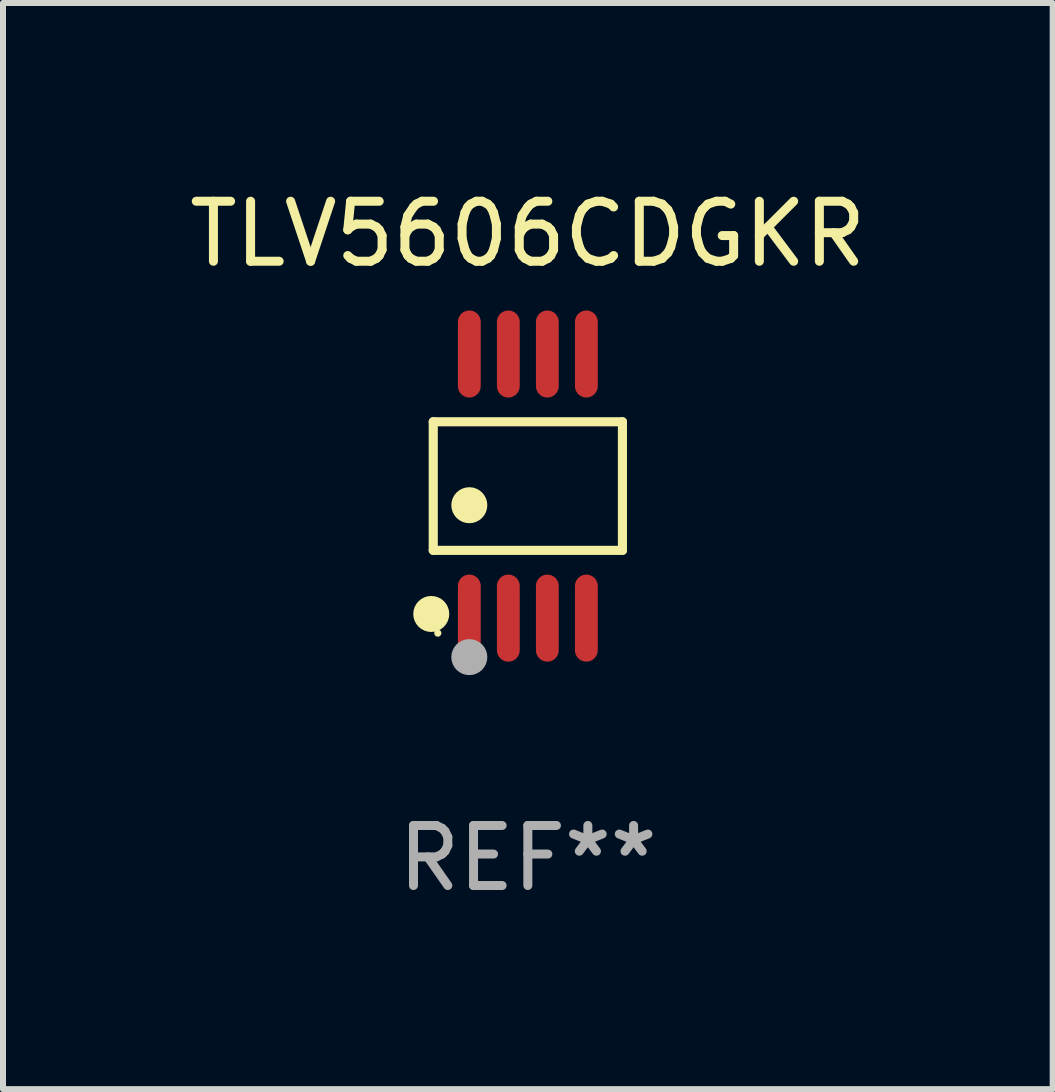
<source format=kicad_pcb>
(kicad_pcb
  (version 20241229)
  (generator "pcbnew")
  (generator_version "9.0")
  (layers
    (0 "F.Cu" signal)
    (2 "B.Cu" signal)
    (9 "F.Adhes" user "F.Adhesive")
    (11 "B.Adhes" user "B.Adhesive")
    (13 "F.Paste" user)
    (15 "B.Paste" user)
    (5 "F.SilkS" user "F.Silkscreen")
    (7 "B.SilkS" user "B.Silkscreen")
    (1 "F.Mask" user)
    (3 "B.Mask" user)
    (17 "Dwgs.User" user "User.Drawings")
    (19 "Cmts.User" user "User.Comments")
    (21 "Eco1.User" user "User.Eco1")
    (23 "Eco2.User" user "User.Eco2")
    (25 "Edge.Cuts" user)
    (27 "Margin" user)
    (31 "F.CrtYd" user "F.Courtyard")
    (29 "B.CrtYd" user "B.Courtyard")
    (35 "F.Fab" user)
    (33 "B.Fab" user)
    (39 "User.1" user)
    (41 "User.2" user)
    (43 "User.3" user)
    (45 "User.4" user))
  (footprint "TLV5606CDGKR"
    (layer "F.Cu")
    (at 5.744 5.048)
    (property "Reference" "TLV5606CDGKR" (at 0 -4.2 0) (layer "F.SilkS") (effects (font (size 1 1) (thickness 0.15))))
    (attr through_hole)
    (fp_line (start -1.576 -1.071) (end 1.576 -1.071) (stroke (width 0.152) (type solid)) (layer "F.SilkS"))
    (fp_line (start -1.576 1.071) (end -1.576 -1.071) (stroke (width 0.152) (type solid)) (layer "F.SilkS"))
    (fp_line (start 1.576 -1.071) (end 1.576 1.071) (stroke (width 0.152) (type solid)) (layer "F.SilkS"))
    (fp_line (start 1.576 1.071) (end -1.576 1.071) (stroke (width 0.152) (type solid)) (layer "F.SilkS"))
    (fp_circle (center -1.609 2.131) (end -1.459 2.131) (stroke (width 0.3) (type solid)) (fill no) (layer "F.SilkS"))
    (fp_circle (center -1.5 2.45) (end -1.47 2.45) (stroke (width 0.06) (type solid)) (fill no) (layer "F.SilkS"))
    (fp_circle (center -0.975 0.319) (end -0.825 0.319) (stroke (width 0.3) (type solid)) (fill no) (layer "F.SilkS"))
    (fp_circle (center -0.975 2.85) (end -0.825 2.85) (stroke (width 0.3) (type solid)) (fill no) (layer "F.Fab"))
    (fp_text user "REF**" (at 0 6.2 0) (layer "F.Fab") (effects (font (size 1 1) (thickness 0.15))))
    (pad "1" smd oval (at -0.975 2.2) (size 0.38 1.45) (layers "F.Cu" "F.Mask" "F.Paste"))
    (pad "2" smd oval (at -0.325 2.2) (size 0.38 1.45) (layers "F.Cu" "F.Mask" "F.Paste"))
    (pad "3" smd oval (at 0.325 2.2) (size 0.38 1.45) (layers "F.Cu" "F.Mask" "F.Paste"))
    (pad "4" smd oval (at 0.975 2.2) (size 0.38 1.45) (layers "F.Cu" "F.Mask" "F.Paste"))
    (pad "5" smd oval (at 0.975 -2.2) (size 0.38 1.45) (layers "F.Cu" "F.Mask" "F.Paste"))
    (pad "6" smd oval (at 0.325 -2.2) (size 0.38 1.45) (layers "F.Cu" "F.Mask" "F.Paste"))
    (pad "7" smd oval (at -0.325 -2.2) (size 0.38 1.45) (layers "F.Cu" "F.Mask" "F.Paste"))
    (pad "8" smd oval (at -0.975 -2.2) (size 0.38 1.45) (layers "F.Cu" "F.Mask" "F.Paste")))
  (gr_rect
    (start -3 -3)
    (end 14.488 15.096)
    (stroke (width 0.1) (type default))
    (fill no)
    (layer "Edge.Cuts")))
</source>
